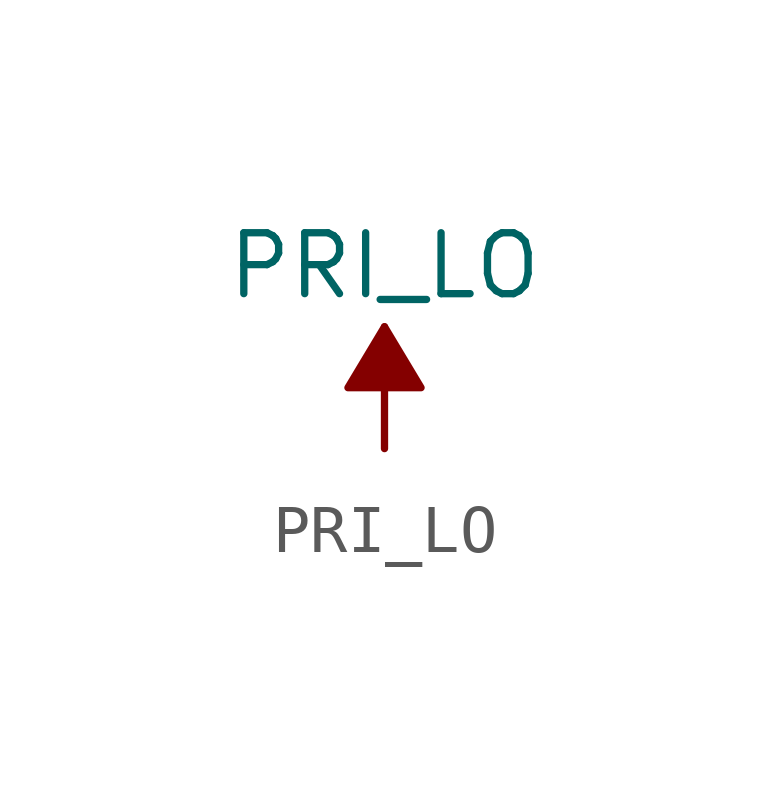
<source format=kicad_sym>
(kicad_symbol_lib
  (version 20211014)
  (generator kicad_symbol_editor)
  (symbol "power1:PRI_LO"
    (power)
    (pin_names
      (offset 0))
    (property "Reference" "#PWR"
      (at 0 -3.81 0)
      (effects (font (size 1.27 1.27)) hide))
    (property "Value" "PRI_LO"
      (at 0 3.81 0)
      (effects (font (size 1.27 1.27))))
    (symbol "PRI_LO_0_1"
      (polyline (pts (xy 0 0) (xy 0 2.54)) (stroke (width 0) (type default) (color 0 0 0 0)) (fill (type none)))
      (polyline (pts (xy 0.762 1.27) (xy -0.762 1.27) (xy 0 2.54) (xy 0.762 1.27)) (stroke (width 0) (type default) (color 0 0 0 0)) (fill (type outline))))
    (symbol "PRI_LO_1_1"
      (pin power_in line (at 0 0 90) (length 0) hide (name "PRI_LO" (effects (font (size 1.27 1.27)))) (number "1" (effects (font (size 1.27 1.27))))))))
</source>
